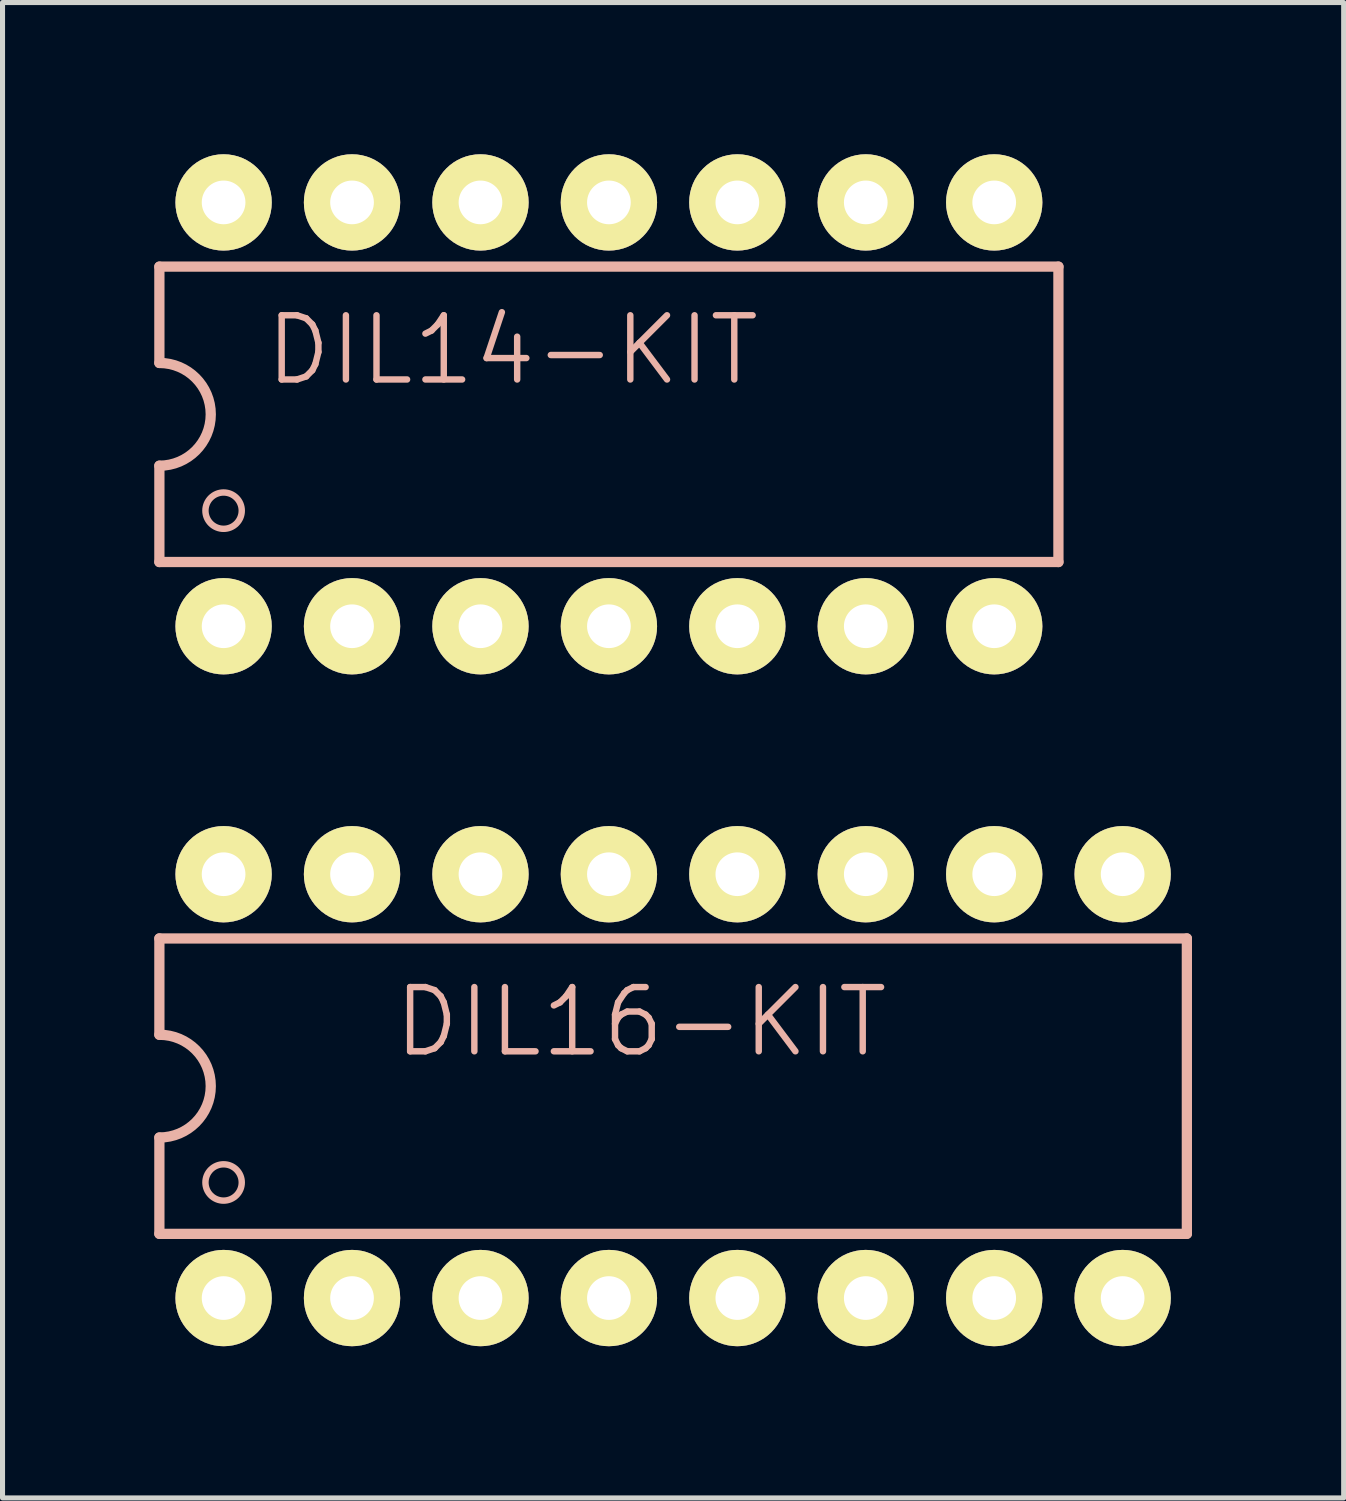
<source format=kicad_pcb>
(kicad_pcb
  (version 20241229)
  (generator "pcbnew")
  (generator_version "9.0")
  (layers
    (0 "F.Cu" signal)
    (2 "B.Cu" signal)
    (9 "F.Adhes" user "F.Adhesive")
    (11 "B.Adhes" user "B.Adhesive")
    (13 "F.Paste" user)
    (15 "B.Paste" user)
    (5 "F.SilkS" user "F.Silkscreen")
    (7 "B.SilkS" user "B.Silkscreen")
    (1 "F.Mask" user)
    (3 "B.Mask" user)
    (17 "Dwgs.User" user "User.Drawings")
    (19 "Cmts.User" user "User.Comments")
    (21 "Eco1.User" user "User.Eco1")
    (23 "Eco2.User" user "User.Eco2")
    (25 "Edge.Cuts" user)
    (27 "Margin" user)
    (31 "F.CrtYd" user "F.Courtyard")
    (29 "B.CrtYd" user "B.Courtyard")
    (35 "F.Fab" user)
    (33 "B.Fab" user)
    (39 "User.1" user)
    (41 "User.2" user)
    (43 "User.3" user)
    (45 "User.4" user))
  (footprint "DIL14-KIT"
    (layer "F.Cu")
    (at 10.262 5.144)
    (property "Reference" "DIL14-KIT" (at -3.175 -1.27 0) (layer "B.SilkS") (effects (font (size 1.27 1.27) (thickness 0.127))))
    (attr exclude_from_pos_files exclude_from_bom)
    (fp_circle (center -8.89 -4.191) (end -9.423 -4.724) (stroke (width 0) (type solid)) (fill yes) (layer "F.SilkS"))
    (fp_circle (center -8.89 -4.191) (end -9.106 -4.407) (stroke (width 0) (type solid)) (fill yes) (layer "F.SilkS"))
    (fp_circle (center -8.89 4.191) (end -9.423 4.724) (stroke (width 0) (type solid)) (fill yes) (layer "F.SilkS"))
    (fp_circle (center -8.89 4.191) (end -9.106 4.407) (stroke (width 0) (type solid)) (fill yes) (layer "F.SilkS"))
    (fp_circle (center -6.35 -4.191) (end -6.883 -4.724) (stroke (width 0) (type solid)) (fill yes) (layer "F.SilkS"))
    (fp_circle (center -6.35 -4.191) (end -6.566 -4.407) (stroke (width 0) (type solid)) (fill yes) (layer "F.SilkS"))
    (fp_circle (center -6.35 4.191) (end -6.883 4.724) (stroke (width 0) (type solid)) (fill yes) (layer "F.SilkS"))
    (fp_circle (center -6.35 4.191) (end -6.566 4.407) (stroke (width 0) (type solid)) (fill yes) (layer "F.SilkS"))
    (fp_circle (center -3.81 -4.191) (end -4.343 -4.724) (stroke (width 0) (type solid)) (fill yes) (layer "F.SilkS"))
    (fp_circle (center -3.81 -4.191) (end -4.026 -4.407) (stroke (width 0) (type solid)) (fill yes) (layer "F.SilkS"))
    (fp_circle (center -3.81 4.191) (end -4.343 4.724) (stroke (width 0) (type solid)) (fill yes) (layer "F.SilkS"))
    (fp_circle (center -3.81 4.191) (end -4.026 4.407) (stroke (width 0) (type solid)) (fill yes) (layer "F.SilkS"))
    (fp_circle (center -1.27 -4.191) (end -1.803 -4.724) (stroke (width 0) (type solid)) (fill yes) (layer "F.SilkS"))
    (fp_circle (center -1.27 -4.191) (end -1.486 -4.407) (stroke (width 0) (type solid)) (fill yes) (layer "F.SilkS"))
    (fp_circle (center -1.27 4.191) (end -1.803 4.724) (stroke (width 0) (type solid)) (fill yes) (layer "F.SilkS"))
    (fp_circle (center -1.27 4.191) (end -1.486 4.407) (stroke (width 0) (type solid)) (fill yes) (layer "F.SilkS"))
    (fp_circle (center 1.27 -4.191) (end 1.486 -4.407) (stroke (width 0) (type solid)) (fill yes) (layer "F.SilkS"))
    (fp_circle (center 1.27 -4.191) (end 1.803 -4.724) (stroke (width 0) (type solid)) (fill yes) (layer "F.SilkS"))
    (fp_circle (center 1.27 4.191) (end 1.486 4.407) (stroke (width 0) (type solid)) (fill yes) (layer "F.SilkS"))
    (fp_circle (center 1.27 4.191) (end 1.803 4.724) (stroke (width 0) (type solid)) (fill yes) (layer "F.SilkS"))
    (fp_circle (center 3.81 -4.191) (end 4.026 -4.407) (stroke (width 0) (type solid)) (fill yes) (layer "F.SilkS"))
    (fp_circle (center 3.81 -4.191) (end 4.343 -4.724) (stroke (width 0) (type solid)) (fill yes) (layer "F.SilkS"))
    (fp_circle (center 3.81 4.191) (end 4.026 4.407) (stroke (width 0) (type solid)) (fill yes) (layer "F.SilkS"))
    (fp_circle (center 3.81 4.191) (end 4.343 4.724) (stroke (width 0) (type solid)) (fill yes) (layer "F.SilkS"))
    (fp_circle (center 6.35 -4.191) (end 6.566 -4.407) (stroke (width 0) (type solid)) (fill yes) (layer "F.SilkS"))
    (fp_circle (center 6.35 -4.191) (end 6.883 -4.724) (stroke (width 0) (type solid)) (fill yes) (layer "F.SilkS"))
    (fp_circle (center 6.35 4.191) (end 6.566 4.407) (stroke (width 0) (type solid)) (fill yes) (layer "F.SilkS"))
    (fp_circle (center 6.35 4.191) (end 6.883 4.724) (stroke (width 0) (type solid)) (fill yes) (layer "F.SilkS"))
    (fp_line (start -10.16 -2.921) (end -10.16 -1.016) (stroke (width 0.203) (type solid)) (layer "B.SilkS"))
    (fp_line (start -10.16 -2.921) (end 7.62 -2.921) (stroke (width 0.203) (type solid)) (layer "B.SilkS"))
    (fp_line (start -10.16 2.921) (end -10.16 1.016) (stroke (width 0.203) (type solid)) (layer "B.SilkS"))
    (fp_line (start -10.16 2.921) (end 7.62 2.921) (stroke (width 0.203) (type solid)) (layer "B.SilkS"))
    (fp_line (start 7.62 -2.921) (end 7.62 2.921) (stroke (width 0.203) (type solid)) (layer "B.SilkS"))
    (fp_arc (start -10.16 -1.016) (mid -9.144 0) (end -10.16 1.016) (stroke (width 0.2032) (type solid)) (layer "B.SilkS"))
    (fp_circle (center -8.89 1.905) (end -9.144 2.159) (stroke (width 0.127) (type solid)) (fill no) (layer "B.SilkS"))
    (pad "1" thru_hole circle (at -8.89 4.191) (size 1.905 1.905) (drill 0.864) (layers "*.Cu" "F.Mask" "F.SilkS" "F.Paste"))
    (pad "2" thru_hole circle (at -6.35 4.191) (size 1.905 1.905) (drill 0.864) (layers "*.Cu" "F.Mask" "F.SilkS" "F.Paste"))
    (pad "3" thru_hole circle (at -3.81 4.191) (size 1.905 1.905) (drill 0.864) (layers "*.Cu" "F.Mask" "F.SilkS" "F.Paste"))
    (pad "4" thru_hole circle (at -1.27 4.191) (size 1.905 1.905) (drill 0.864) (layers "*.Cu" "F.Mask" "F.SilkS" "F.Paste"))
    (pad "5" thru_hole circle (at 1.27 4.191) (size 1.905 1.905) (drill 0.864) (layers "*.Cu" "F.Mask" "F.SilkS" "F.Paste"))
    (pad "6" thru_hole circle (at 3.81 4.191) (size 1.905 1.905) (drill 0.864) (layers "*.Cu" "F.Mask" "F.SilkS" "F.Paste"))
    (pad "7" thru_hole circle (at 6.35 4.191) (size 1.905 1.905) (drill 0.864) (layers "*.Cu" "F.Mask" "F.SilkS" "F.Paste"))
    (pad "8" thru_hole circle (at 6.35 -4.191) (size 1.905 1.905) (drill 0.864) (layers "*.Cu" "F.Mask" "F.SilkS" "F.Paste"))
    (pad "9" thru_hole circle (at 3.81 -4.191) (size 1.905 1.905) (drill 0.864) (layers "*.Cu" "F.Mask" "F.SilkS" "F.Paste"))
    (pad "10" thru_hole circle (at 1.27 -4.191) (size 1.905 1.905) (drill 0.864) (layers "*.Cu" "F.Mask" "F.SilkS" "F.Paste"))
    (pad "11" thru_hole circle (at -1.27 -4.191) (size 1.905 1.905) (drill 0.864) (layers "*.Cu" "F.Mask" "F.SilkS" "F.Paste"))
    (pad "12" thru_hole circle (at -3.81 -4.191) (size 1.905 1.905) (drill 0.864) (layers "*.Cu" "F.Mask" "F.SilkS" "F.Paste"))
    (pad "13" thru_hole circle (at -6.35 -4.191) (size 1.905 1.905) (drill 0.864) (layers "*.Cu" "F.Mask" "F.SilkS" "F.Paste"))
    (pad "14" thru_hole circle (at -8.89 -4.191) (size 1.905 1.905) (drill 0.864) (layers "*.Cu" "F.Mask" "F.SilkS" "F.Paste")))
  (footprint "DIL16-KIT"
    (layer "F.Cu")
    (at 10.262 18.43)
    (property "Reference" "DIL16-KIT" (at -0.635 -1.27 0) (layer "B.SilkS") (effects (font (size 1.27 1.27) (thickness 0.127))))
    (attr exclude_from_pos_files exclude_from_bom)
    (fp_circle (center -8.89 -4.191) (end -9.423 -4.724) (stroke (width 0) (type solid)) (fill yes) (layer "F.SilkS"))
    (fp_circle (center -8.89 -4.191) (end -9.106 -4.407) (stroke (width 0) (type solid)) (fill yes) (layer "F.SilkS"))
    (fp_circle (center -8.89 4.191) (end -9.423 4.724) (stroke (width 0) (type solid)) (fill yes) (layer "F.SilkS"))
    (fp_circle (center -8.89 4.191) (end -9.106 4.407) (stroke (width 0) (type solid)) (fill yes) (layer "F.SilkS"))
    (fp_circle (center -6.35 -4.191) (end -6.883 -4.724) (stroke (width 0) (type solid)) (fill yes) (layer "F.SilkS"))
    (fp_circle (center -6.35 -4.191) (end -6.566 -4.407) (stroke (width 0) (type solid)) (fill yes) (layer "F.SilkS"))
    (fp_circle (center -6.35 4.191) (end -6.883 4.724) (stroke (width 0) (type solid)) (fill yes) (layer "F.SilkS"))
    (fp_circle (center -6.35 4.191) (end -6.566 4.407) (stroke (width 0) (type solid)) (fill yes) (layer "F.SilkS"))
    (fp_circle (center -3.81 -4.191) (end -4.343 -4.724) (stroke (width 0) (type solid)) (fill yes) (layer "F.SilkS"))
    (fp_circle (center -3.81 -4.191) (end -4.026 -4.407) (stroke (width 0) (type solid)) (fill yes) (layer "F.SilkS"))
    (fp_circle (center -3.81 -4.191) (end -4.026 -4.407) (stroke (width 0) (type solid)) (fill yes) (layer "F.SilkS"))
    (fp_circle (center -3.81 -4.191) (end -4.026 -4.407) (stroke (width 0) (type solid)) (fill yes) (layer "F.SilkS"))
    (fp_circle (center -3.81 4.191) (end -4.343 4.724) (stroke (width 0) (type solid)) (fill yes) (layer "F.SilkS"))
    (fp_circle (center -3.81 4.191) (end -4.026 4.407) (stroke (width 0) (type solid)) (fill yes) (layer "F.SilkS"))
    (fp_circle (center -1.27 -4.191) (end -1.803 -4.724) (stroke (width 0) (type solid)) (fill yes) (layer "F.SilkS"))
    (fp_circle (center -1.27 -4.191) (end -1.486 -4.407) (stroke (width 0) (type solid)) (fill yes) (layer "F.SilkS"))
    (fp_circle (center -1.27 4.191) (end -1.803 4.724) (stroke (width 0) (type solid)) (fill yes) (layer "F.SilkS"))
    (fp_circle (center -1.27 4.191) (end -1.486 4.407) (stroke (width 0) (type solid)) (fill yes) (layer "F.SilkS"))
    (fp_circle (center 1.27 -4.191) (end 1.486 -4.407) (stroke (width 0) (type solid)) (fill yes) (layer "F.SilkS"))
    (fp_circle (center 1.27 -4.191) (end 1.803 -4.724) (stroke (width 0) (type solid)) (fill yes) (layer "F.SilkS"))
    (fp_circle (center 1.27 4.191) (end 1.486 4.407) (stroke (width 0) (type solid)) (fill yes) (layer "F.SilkS"))
    (fp_circle (center 1.27 4.191) (end 1.803 4.724) (stroke (width 0) (type solid)) (fill yes) (layer "F.SilkS"))
    (fp_circle (center 3.81 -4.191) (end 4.026 -4.407) (stroke (width 0) (type solid)) (fill yes) (layer "F.SilkS"))
    (fp_circle (center 3.81 -4.191) (end 4.343 -4.724) (stroke (width 0) (type solid)) (fill yes) (layer "F.SilkS"))
    (fp_circle (center 3.81 4.191) (end 4.026 4.407) (stroke (width 0) (type solid)) (fill yes) (layer "F.SilkS"))
    (fp_circle (center 3.81 4.191) (end 4.343 4.724) (stroke (width 0) (type solid)) (fill yes) (layer "F.SilkS"))
    (fp_circle (center 6.35 -4.191) (end 6.566 -4.407) (stroke (width 0) (type solid)) (fill yes) (layer "F.SilkS"))
    (fp_circle (center 6.35 -4.191) (end 6.883 -4.724) (stroke (width 0) (type solid)) (fill yes) (layer "F.SilkS"))
    (fp_circle (center 6.35 4.191) (end 6.566 4.407) (stroke (width 0) (type solid)) (fill yes) (layer "F.SilkS"))
    (fp_circle (center 6.35 4.191) (end 6.883 4.724) (stroke (width 0) (type solid)) (fill yes) (layer "F.SilkS"))
    (fp_circle (center 8.89 -4.191) (end 9.106 -4.407) (stroke (width 0) (type solid)) (fill yes) (layer "F.SilkS"))
    (fp_circle (center 8.89 -4.191) (end 9.423 -4.724) (stroke (width 0) (type solid)) (fill yes) (layer "F.SilkS"))
    (fp_circle (center 8.89 4.191) (end 9.106 4.407) (stroke (width 0) (type solid)) (fill yes) (layer "F.SilkS"))
    (fp_circle (center 8.89 4.191) (end 9.423 4.724) (stroke (width 0) (type solid)) (fill yes) (layer "F.SilkS"))
    (fp_line (start -10.16 -2.921) (end -10.16 -1.016) (stroke (width 0.203) (type solid)) (layer "B.SilkS"))
    (fp_line (start -10.16 -2.921) (end 10.16 -2.921) (stroke (width 0.203) (type solid)) (layer "B.SilkS"))
    (fp_line (start -10.16 2.921) (end -10.16 1.016) (stroke (width 0.203) (type solid)) (layer "B.SilkS"))
    (fp_line (start -10.16 2.921) (end 10.16 2.921) (stroke (width 0.203) (type solid)) (layer "B.SilkS"))
    (fp_line (start 10.16 -2.921) (end 10.16 2.921) (stroke (width 0.203) (type solid)) (layer "B.SilkS"))
    (fp_arc (start -10.16 -1.016) (mid -9.144 0) (end -10.16 1.016) (stroke (width 0.2032) (type solid)) (layer "B.SilkS"))
    (fp_circle (center -8.89 1.905) (end -9.144 2.159) (stroke (width 0.127) (type solid)) (fill no) (layer "B.SilkS"))
    (pad "1" thru_hole circle (at -8.89 4.191) (size 1.905 1.905) (drill 0.864) (layers "*.Cu" "F.Mask" "F.SilkS" "F.Paste"))
    (pad "2" thru_hole circle (at -6.35 4.191) (size 1.905 1.905) (drill 0.864) (layers "*.Cu" "F.Mask" "F.SilkS" "F.Paste"))
    (pad "3" thru_hole circle (at -3.81 4.191) (size 1.905 1.905) (drill 0.864) (layers "*.Cu" "F.Mask" "F.SilkS" "F.Paste"))
    (pad "4" thru_hole circle (at -1.27 4.191) (size 1.905 1.905) (drill 0.864) (layers "*.Cu" "F.Mask" "F.SilkS" "F.Paste"))
    (pad "5" thru_hole circle (at 1.27 4.191) (size 1.905 1.905) (drill 0.864) (layers "*.Cu" "F.Mask" "F.SilkS" "F.Paste"))
    (pad "6" thru_hole circle (at 3.81 4.191) (size 1.905 1.905) (drill 0.864) (layers "*.Cu" "F.Mask" "F.SilkS" "F.Paste"))
    (pad "7" thru_hole circle (at 6.35 4.191) (size 1.905 1.905) (drill 0.864) (layers "*.Cu" "F.Mask" "F.SilkS" "F.Paste"))
    (pad "8" thru_hole circle (at 8.89 4.191) (size 1.905 1.905) (drill 0.864) (layers "*.Cu" "F.Mask" "F.SilkS" "F.Paste"))
    (pad "9" thru_hole circle (at 8.89 -4.191) (size 1.905 1.905) (drill 0.864) (layers "*.Cu" "F.Mask" "F.SilkS" "F.Paste"))
    (pad "10" thru_hole circle (at 6.35 -4.191) (size 1.905 1.905) (drill 0.864) (layers "*.Cu" "F.Mask" "F.SilkS" "F.Paste"))
    (pad "11" thru_hole circle (at 3.81 -4.191) (size 1.905 1.905) (drill 0.864) (layers "*.Cu" "F.Mask" "F.SilkS" "F.Paste"))
    (pad "12" thru_hole circle (at 1.27 -4.191) (size 1.905 1.905) (drill 0.864) (layers "*.Cu" "F.Mask" "F.SilkS" "F.Paste"))
    (pad "13" thru_hole circle (at -1.27 -4.191) (size 1.905 1.905) (drill 0.864) (layers "*.Cu" "F.Mask" "F.SilkS" "F.Paste"))
    (pad "14" thru_hole circle (at -3.81 -4.191) (size 1.905 1.905) (drill 0.864) (layers "*.Cu" "F.Mask" "F.SilkS" "F.Paste"))
    (pad "15" thru_hole circle (at -6.35 -4.191) (size 1.905 1.905) (drill 0.864) (layers "*.Cu" "F.Mask" "F.SilkS" "F.Paste"))
    (pad "16" thru_hole circle (at -8.89 -4.191) (size 1.905 1.905) (drill 0.864) (layers "*.Cu" "F.Mask" "F.SilkS" "F.Paste")))
  (gr_rect
    (start -3 -3)
    (end 23.523 26.574)
    (stroke (width 0.1) (type default))
    (fill no)
    (layer "Edge.Cuts")))
</source>
